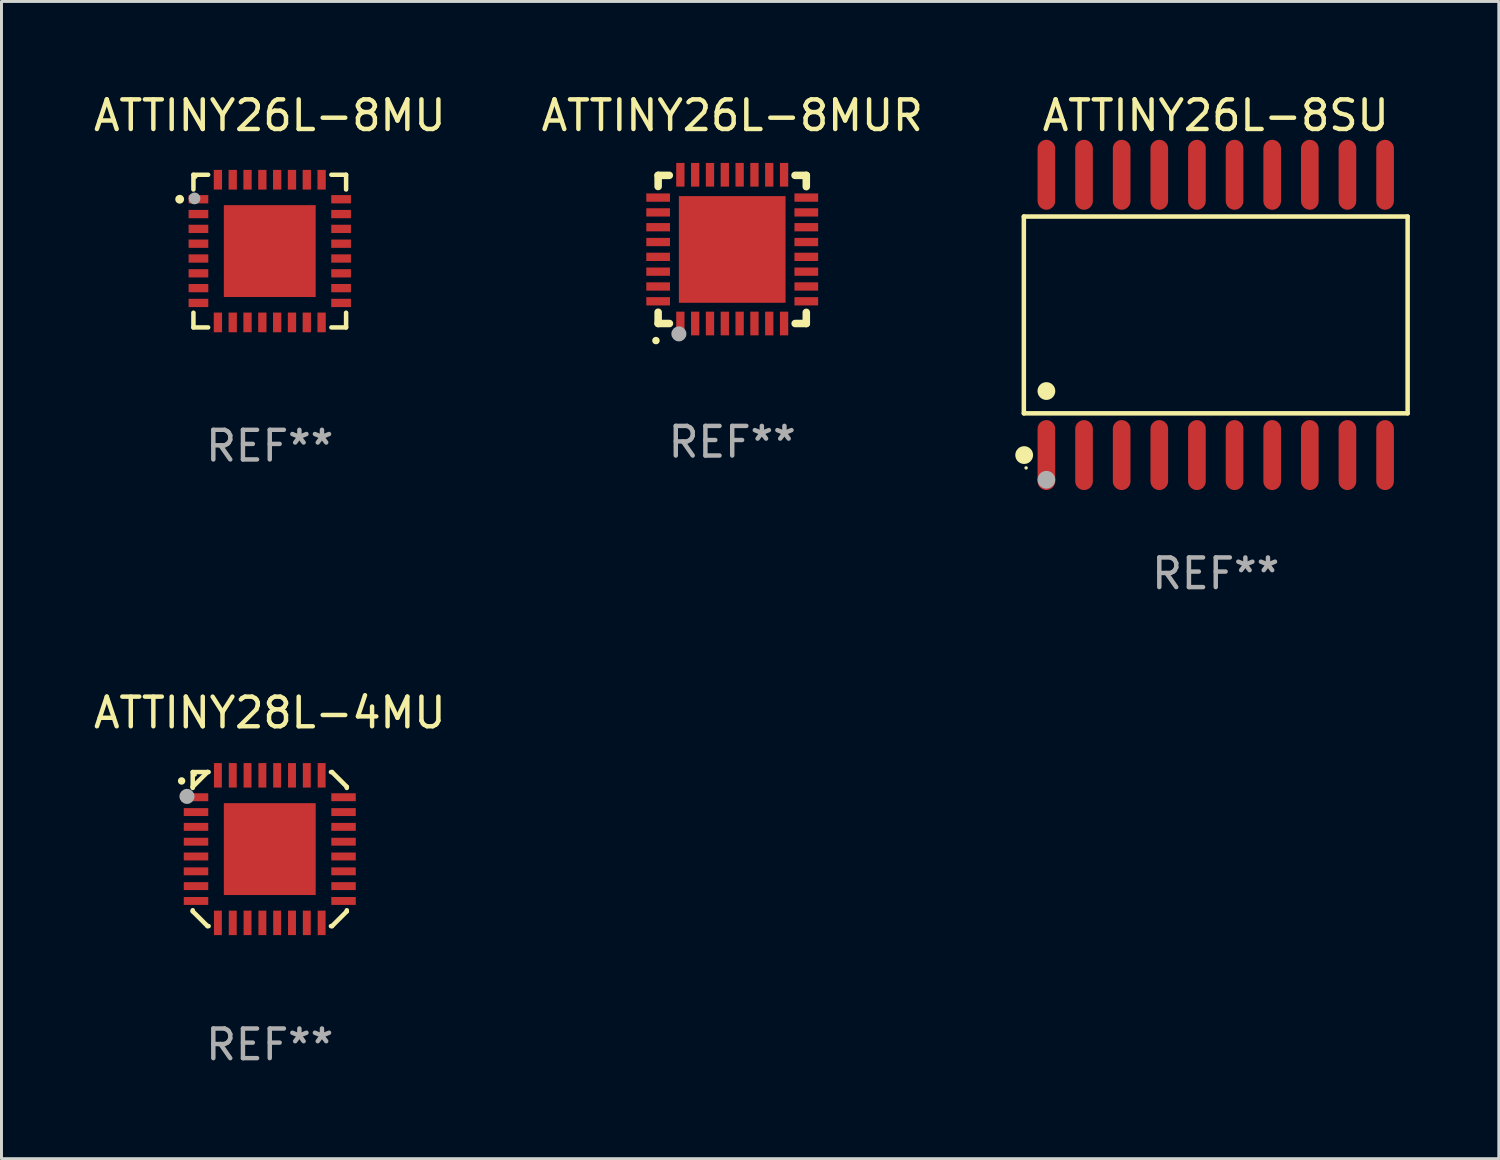
<source format=kicad_pcb>
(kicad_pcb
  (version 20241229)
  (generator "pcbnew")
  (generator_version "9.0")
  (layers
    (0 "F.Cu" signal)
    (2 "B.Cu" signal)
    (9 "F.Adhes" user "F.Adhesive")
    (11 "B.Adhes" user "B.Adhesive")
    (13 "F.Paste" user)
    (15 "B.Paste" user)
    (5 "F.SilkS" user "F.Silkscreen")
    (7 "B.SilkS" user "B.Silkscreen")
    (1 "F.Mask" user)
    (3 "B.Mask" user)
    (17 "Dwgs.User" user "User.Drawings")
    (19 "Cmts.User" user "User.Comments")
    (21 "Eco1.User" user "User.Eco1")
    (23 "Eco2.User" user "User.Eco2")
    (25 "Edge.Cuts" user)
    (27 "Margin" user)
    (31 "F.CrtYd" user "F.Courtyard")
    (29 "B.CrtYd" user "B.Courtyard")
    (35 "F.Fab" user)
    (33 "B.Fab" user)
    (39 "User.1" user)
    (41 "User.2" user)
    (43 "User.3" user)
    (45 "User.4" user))
  (footprint "ATTINY28L-4MU"
    (layer "F.Cu")
    (at 6.054 25.605)
    (property "Reference" "ATTINY28L-4MU" (at 0 -4.6 0) (layer "F.SilkS") (effects (font (size 1 1) (thickness 0.15))))
    (attr through_hole)
    (fp_line (start -2.6 -2.6) (end -2.6 -2.1) (stroke (width 0.152) (type solid)) (layer "F.SilkS"))
    (fp_line (start -2.6 -2.1) (end -2.6 -2.063) (stroke (width 0.152) (type solid)) (layer "F.SilkS"))
    (fp_line (start -2.6 2.064) (end -2.6 2.1) (stroke (width 0.152) (type solid)) (layer "F.SilkS"))
    (fp_line (start -2.6 2.1) (end -2.1 2.6) (stroke (width 0.152) (type solid)) (layer "F.SilkS"))
    (fp_line (start -2.1 -2.6) (end -2.6 -2.6) (stroke (width 0.152) (type solid)) (layer "F.SilkS"))
    (fp_line (start -2.1 -2.6) (end -2.6 -2.1) (stroke (width 0.152) (type solid)) (layer "F.SilkS"))
    (fp_line (start -2.1 2.6) (end -2.063 2.6) (stroke (width 0.152) (type solid)) (layer "F.SilkS"))
    (fp_line (start -2.063 -2.6) (end -2.1 -2.6) (stroke (width 0.152) (type solid)) (layer "F.SilkS"))
    (fp_line (start 2.064 2.6) (end 2.1 2.6) (stroke (width 0.152) (type solid)) (layer "F.SilkS"))
    (fp_line (start 2.1 -2.6) (end 2.064 -2.6) (stroke (width 0.152) (type solid)) (layer "F.SilkS"))
    (fp_line (start 2.1 2.6) (end 2.6 2.1) (stroke (width 0.152) (type solid)) (layer "F.SilkS"))
    (fp_line (start 2.6 -2.1) (end 2.1 -2.6) (stroke (width 0.152) (type solid)) (layer "F.SilkS"))
    (fp_line (start 2.6 -2.063) (end 2.6 -2.1) (stroke (width 0.152) (type solid)) (layer "F.SilkS"))
    (fp_line (start 2.6 2.1) (end 2.6 2.064) (stroke (width 0.152) (type solid)) (layer "F.SilkS"))
    (fp_arc (start -2.975057 -2.298222) (mid -2.975063 -2.299492) (end -2.975057 -2.300762) (stroke (width 0.24892) (type solid)) (layer "F.SilkS"))
    (fp_circle (center -2.519 -2.504) (end -2.489 -2.504) (stroke (width 0.06) (type solid)) (fill no) (layer "F.SilkS"))
    (fp_circle (center -2.794 -1.778) (end -2.667 -1.778) (stroke (width 0.254) (type solid)) (fill no) (layer "F.Fab"))
    (fp_text user "REF**" (at 0 6.6 0) (layer "F.Fab") (effects (font (size 1 1) (thickness 0.15))))
    (pad "1" smd rect (at -2.489 -1.75 90) (size 0.267 0.826) (layers "F.Cu" "F.Mask" "F.Paste"))
    (pad "2" smd rect (at -2.489 -1.249 90) (size 0.267 0.826) (layers "F.Cu" "F.Mask" "F.Paste"))
    (pad "3" smd rect (at -2.489 -0.75 90) (size 0.267 0.826) (layers "F.Cu" "F.Mask" "F.Paste"))
    (pad "4" smd rect (at -2.489 -0.249 90) (size 0.267 0.826) (layers "F.Cu" "F.Mask" "F.Paste"))
    (pad "5" smd rect (at -2.489 0.25 90) (size 0.267 0.826) (layers "F.Cu" "F.Mask" "F.Paste"))
    (pad "6" smd rect (at -2.489 0.751 90) (size 0.267 0.826) (layers "F.Cu" "F.Mask" "F.Paste"))
    (pad "7" smd rect (at -2.489 1.25 90) (size 0.267 0.826) (layers "F.Cu" "F.Mask" "F.Paste"))
    (pad "8" smd rect (at -2.489 1.751 90) (size 0.267 0.826) (layers "F.Cu" "F.Mask" "F.Paste"))
    (pad "9" smd rect (at -1.75 2.49) (size 0.267 0.826) (layers "F.Cu" "F.Mask" "F.Paste"))
    (pad "10" smd rect (at -1.249 2.49) (size 0.267 0.826) (layers "F.Cu" "F.Mask" "F.Paste"))
    (pad "11" smd rect (at -0.75 2.49) (size 0.267 0.826) (layers "F.Cu" "F.Mask" "F.Paste"))
    (pad "12" smd rect (at -0.249 2.49) (size 0.267 0.826) (layers "F.Cu" "F.Mask" "F.Paste"))
    (pad "13" smd rect (at 0.25 2.49) (size 0.267 0.826) (layers "F.Cu" "F.Mask" "F.Paste"))
    (pad "14" smd rect (at 0.751 2.49) (size 0.267 0.826) (layers "F.Cu" "F.Mask" "F.Paste"))
    (pad "15" smd rect (at 1.25 2.49) (size 0.267 0.826) (layers "F.Cu" "F.Mask" "F.Paste"))
    (pad "16" smd rect (at 1.751 2.49) (size 0.267 0.826) (layers "F.Cu" "F.Mask" "F.Paste"))
    (pad "17" smd rect (at 2.49 1.751 90) (size 0.267 0.826) (layers "F.Cu" "F.Mask" "F.Paste"))
    (pad "18" smd rect (at 2.49 1.25 90) (size 0.267 0.826) (layers "F.Cu" "F.Mask" "F.Paste"))
    (pad "19" smd rect (at 2.49 0.751 90) (size 0.267 0.826) (layers "F.Cu" "F.Mask" "F.Paste"))
    (pad "20" smd rect (at 2.49 0.25 90) (size 0.267 0.826) (layers "F.Cu" "F.Mask" "F.Paste"))
    (pad "21" smd rect (at 2.49 -0.249 90) (size 0.267 0.826) (layers "F.Cu" "F.Mask" "F.Paste"))
    (pad "22" smd rect (at 2.49 -0.75 90) (size 0.267 0.826) (layers "F.Cu" "F.Mask" "F.Paste"))
    (pad "23" smd rect (at 2.49 -1.249 90) (size 0.267 0.826) (layers "F.Cu" "F.Mask" "F.Paste"))
    (pad "24" smd rect (at 2.49 -1.75 90) (size 0.267 0.826) (layers "F.Cu" "F.Mask" "F.Paste"))
    (pad "25" smd rect (at 1.751 -2.489) (size 0.267 0.826) (layers "F.Cu" "F.Mask" "F.Paste"))
    (pad "26" smd rect (at 1.25 -2.489) (size 0.267 0.826) (layers "F.Cu" "F.Mask" "F.Paste"))
    (pad "27" smd rect (at 0.751 -2.489) (size 0.267 0.826) (layers "F.Cu" "F.Mask" "F.Paste"))
    (pad "28" smd rect (at 0.25 -2.489) (size 0.267 0.826) (layers "F.Cu" "F.Mask" "F.Paste"))
    (pad "29" smd rect (at -0.249 -2.489) (size 0.267 0.826) (layers "F.Cu" "F.Mask" "F.Paste"))
    (pad "30" smd rect (at -0.75 -2.489) (size 0.267 0.826) (layers "F.Cu" "F.Mask" "F.Paste"))
    (pad "31" smd rect (at -1.249 -2.489) (size 0.267 0.826) (layers "F.Cu" "F.Mask" "F.Paste"))
    (pad "32" smd rect (at -1.75 -2.489) (size 0.267 0.826) (layers "F.Cu" "F.Mask" "F.Paste"))
    (pad "33" smd rect (at 0.000483 0.000483) (size 3.1 3.1) (layers "F.Cu" "F.Mask" "F.Paste")))
  (footprint "ATTINY26L-8MU"
    (layer "F.Cu")
    (at 6.054 5.424)
    (property "Reference" "ATTINY26L-8MU" (at 0 -4.576 0) (layer "F.SilkS") (effects (font (size 1 1) (thickness 0.15))))
    (attr through_hole)
    (fp_line (start -2.576 -2.576) (end -2.576 -2.08) (stroke (width 0.152) (type solid)) (layer "F.SilkS"))
    (fp_line (start -2.576 2.576) (end -2.576 2.08) (stroke (width 0.152) (type solid)) (layer "F.SilkS"))
    (fp_line (start -2.08 -2.576) (end -2.576 -2.576) (stroke (width 0.152) (type solid)) (layer "F.SilkS"))
    (fp_line (start -2.08 2.576) (end -2.576 2.576) (stroke (width 0.152) (type solid)) (layer "F.SilkS"))
    (fp_line (start 2.08 -2.576) (end 2.576 -2.576) (stroke (width 0.152) (type solid)) (layer "F.SilkS"))
    (fp_line (start 2.08 2.576) (end 2.576 2.576) (stroke (width 0.152) (type solid)) (layer "F.SilkS"))
    (fp_line (start 2.576 -2.576) (end 2.576 -2.08) (stroke (width 0.152) (type solid)) (layer "F.SilkS"))
    (fp_line (start 2.576 2.576) (end 2.576 2.08) (stroke (width 0.152) (type solid)) (layer "F.SilkS"))
    (fp_circle (center -3.04 -1.75) (end -2.965 -1.75) (stroke (width 0.15) (type solid)) (fill no) (layer "F.SilkS"))
    (fp_circle (center -2.5 -2.5) (end -2.47 -2.5) (stroke (width 0.06) (type solid)) (fill no) (layer "F.SilkS"))
    (fp_circle (center -2.54 -1.778) (end -2.44 -1.778) (stroke (width 0.2) (type solid)) (fill no) (layer "F.Fab"))
    (fp_text user "REF**" (at 0 6.576 0) (layer "F.Fab") (effects (font (size 1 1) (thickness 0.15))))
    (pad "1" smd rect (at -2.407 -1.75) (size 0.665 0.28) (layers "F.Cu" "F.Mask" "F.Paste"))
    (pad "2" smd rect (at -2.407 -1.25) (size 0.665 0.28) (layers "F.Cu" "F.Mask" "F.Paste"))
    (pad "3" smd rect (at -2.407 -0.75) (size 0.665 0.28) (layers "F.Cu" "F.Mask" "F.Paste"))
    (pad "4" smd rect (at -2.407 -0.25) (size 0.665 0.28) (layers "F.Cu" "F.Mask" "F.Paste"))
    (pad "5" smd rect (at -2.407 0.25) (size 0.665 0.28) (layers "F.Cu" "F.Mask" "F.Paste"))
    (pad "6" smd rect (at -2.407 0.75) (size 0.665 0.28) (layers "F.Cu" "F.Mask" "F.Paste"))
    (pad "7" smd rect (at -2.407 1.25) (size 0.665 0.28) (layers "F.Cu" "F.Mask" "F.Paste"))
    (pad "8" smd rect (at -2.407 1.75) (size 0.665 0.28) (layers "F.Cu" "F.Mask" "F.Paste"))
    (pad "9" smd rect (at -1.75 2.407) (size 0.28 0.665) (layers "F.Cu" "F.Mask" "F.Paste"))
    (pad "10" smd rect (at -1.25 2.407) (size 0.28 0.665) (layers "F.Cu" "F.Mask" "F.Paste"))
    (pad "11" smd rect (at -0.75 2.407) (size 0.28 0.665) (layers "F.Cu" "F.Mask" "F.Paste"))
    (pad "12" smd rect (at -0.25 2.407) (size 0.28 0.665) (layers "F.Cu" "F.Mask" "F.Paste"))
    (pad "13" smd rect (at 0.25 2.407) (size 0.28 0.665) (layers "F.Cu" "F.Mask" "F.Paste"))
    (pad "14" smd rect (at 0.75 2.407) (size 0.28 0.665) (layers "F.Cu" "F.Mask" "F.Paste"))
    (pad "15" smd rect (at 1.25 2.407) (size 0.28 0.665) (layers "F.Cu" "F.Mask" "F.Paste"))
    (pad "16" smd rect (at 1.75 2.407) (size 0.28 0.665) (layers "F.Cu" "F.Mask" "F.Paste"))
    (pad "17" smd rect (at 2.407 1.75) (size 0.665 0.28) (layers "F.Cu" "F.Mask" "F.Paste"))
    (pad "18" smd rect (at 2.407 1.25) (size 0.665 0.28) (layers "F.Cu" "F.Mask" "F.Paste"))
    (pad "19" smd rect (at 2.407 0.75) (size 0.665 0.28) (layers "F.Cu" "F.Mask" "F.Paste"))
    (pad "20" smd rect (at 2.407 0.25) (size 0.665 0.28) (layers "F.Cu" "F.Mask" "F.Paste"))
    (pad "21" smd rect (at 2.407 -0.25) (size 0.665 0.28) (layers "F.Cu" "F.Mask" "F.Paste"))
    (pad "22" smd rect (at 2.407 -0.75) (size 0.665 0.28) (layers "F.Cu" "F.Mask" "F.Paste"))
    (pad "23" smd rect (at 2.407 -1.25) (size 0.665 0.28) (layers "F.Cu" "F.Mask" "F.Paste"))
    (pad "24" smd rect (at 2.407 -1.75) (size 0.665 0.28) (layers "F.Cu" "F.Mask" "F.Paste"))
    (pad "25" smd rect (at 1.75 -2.408) (size 0.28 0.665) (layers "F.Cu" "F.Mask" "F.Paste"))
    (pad "26" smd rect (at 1.25 -2.408) (size 0.28 0.665) (layers "F.Cu" "F.Mask" "F.Paste"))
    (pad "27" smd rect (at 0.75 -2.408) (size 0.28 0.665) (layers "F.Cu" "F.Mask" "F.Paste"))
    (pad "28" smd rect (at 0.25 -2.408) (size 0.28 0.665) (layers "F.Cu" "F.Mask" "F.Paste"))
    (pad "29" smd rect (at -0.25 -2.408) (size 0.28 0.665) (layers "F.Cu" "F.Mask" "F.Paste"))
    (pad "30" smd rect (at -0.75 -2.408) (size 0.28 0.665) (layers "F.Cu" "F.Mask" "F.Paste"))
    (pad "31" smd rect (at -1.25 -2.408) (size 0.28 0.665) (layers "F.Cu" "F.Mask" "F.Paste"))
    (pad "32" smd rect (at -1.75 -2.408) (size 0.28 0.665) (layers "F.Cu" "F.Mask" "F.Paste"))
    (pad "33" smd rect (at -0.000076 -0.000102) (size 3.1 3.1) (layers "F.Cu" "F.Mask" "F.Paste")))
  (footprint "ATTINY26L-8MUR"
    (layer "F.Cu")
    (at 21.661 5.358)
    (property "Reference" "ATTINY26L-8MUR" (at 0 -4.51 0) (layer "F.SilkS") (effects (font (size 1 1) (thickness 0.15))))
    (attr through_hole)
    (fp_line (start -2.5 -2.49) (end -2.124 -2.49) (stroke (width 0.254) (type solid)) (layer "F.SilkS"))
    (fp_line (start -2.5 -2.114) (end -2.5 -2.49) (stroke (width 0.254) (type solid)) (layer "F.SilkS"))
    (fp_line (start -2.5 2.51) (end -2.5 2.129) (stroke (width 0.254) (type solid)) (layer "F.SilkS"))
    (fp_line (start -2.5 2.51) (end -2.119 2.51) (stroke (width 0.254) (type solid)) (layer "F.SilkS"))
    (fp_line (start 2.119 -2.49) (end 2.5 -2.49) (stroke (width 0.254) (type solid)) (layer "F.SilkS"))
    (fp_line (start 2.124 2.51) (end 2.5 2.51) (stroke (width 0.254) (type solid)) (layer "F.SilkS"))
    (fp_line (start 2.5 -2.49) (end 2.5 -2.109) (stroke (width 0.254) (type solid)) (layer "F.SilkS"))
    (fp_line (start 2.5 2.134) (end 2.5 2.51) (stroke (width 0.254) (type solid)) (layer "F.SilkS"))
    (fp_arc (start -2.57554 3.086005) (mid -2.57427 3.085999) (end -2.573 3.086005) (stroke (width 0.25) (type solid)) (layer "F.SilkS"))
    (fp_circle (center -2.5 2.5) (end -2.45 2.5) (stroke (width 0.1) (type solid)) (fill no) (layer "F.SilkS"))
    (fp_circle (center -1.8 2.86) (end -1.673 2.86) (stroke (width 0.254) (type solid)) (fill no) (layer "F.Fab"))
    (fp_text user "REF**" (at 0 6.51 0) (layer "F.Fab") (effects (font (size 1 1) (thickness 0.15))))
    (pad "1" smd rect (at -1.75 2.51) (size 0.28 0.8) (layers "F.Cu" "F.Mask" "F.Paste"))
    (pad "2" smd rect (at -1.25 2.51) (size 0.28 0.8) (layers "F.Cu" "F.Mask" "F.Paste"))
    (pad "3" smd rect (at -0.75 2.51) (size 0.28 0.8) (layers "F.Cu" "F.Mask" "F.Paste"))
    (pad "4" smd rect (at -0.25 2.51) (size 0.28 0.8) (layers "F.Cu" "F.Mask" "F.Paste"))
    (pad "5" smd rect (at 0.25 2.51) (size 0.28 0.8) (layers "F.Cu" "F.Mask" "F.Paste"))
    (pad "6" smd rect (at 0.75 2.51) (size 0.28 0.8) (layers "F.Cu" "F.Mask" "F.Paste"))
    (pad "7" smd rect (at 1.25 2.51) (size 0.28 0.8) (layers "F.Cu" "F.Mask" "F.Paste"))
    (pad "8" smd rect (at 1.75 2.51) (size 0.28 0.8) (layers "F.Cu" "F.Mask" "F.Paste"))
    (pad "9" smd rect (at 2.5 1.76) (size 0.8 0.28) (layers "F.Cu" "F.Mask" "F.Paste"))
    (pad "10" smd rect (at 2.5 1.26) (size 0.8 0.28) (layers "F.Cu" "F.Mask" "F.Paste"))
    (pad "11" smd rect (at 2.5 0.76) (size 0.8 0.28) (layers "F.Cu" "F.Mask" "F.Paste"))
    (pad "12" smd rect (at 2.5 0.26) (size 0.8 0.28) (layers "F.Cu" "F.Mask" "F.Paste"))
    (pad "13" smd rect (at 2.5 -0.24) (size 0.8 0.28) (layers "F.Cu" "F.Mask" "F.Paste"))
    (pad "14" smd rect (at 2.5 -0.74) (size 0.8 0.28) (layers "F.Cu" "F.Mask" "F.Paste"))
    (pad "15" smd rect (at 2.5 -1.24) (size 0.8 0.28) (layers "F.Cu" "F.Mask" "F.Paste"))
    (pad "16" smd rect (at 2.5 -1.74) (size 0.8 0.28) (layers "F.Cu" "F.Mask" "F.Paste"))
    (pad "17" smd rect (at 1.75 -2.51) (size 0.28 0.8) (layers "F.Cu" "F.Mask" "F.Paste"))
    (pad "18" smd rect (at 1.25 -2.51) (size 0.28 0.8) (layers "F.Cu" "F.Mask" "F.Paste"))
    (pad "19" smd rect (at 0.75 -2.51) (size 0.28 0.8) (layers "F.Cu" "F.Mask" "F.Paste"))
    (pad "20" smd rect (at 0.25 -2.51) (size 0.28 0.8) (layers "F.Cu" "F.Mask" "F.Paste"))
    (pad "21" smd rect (at -0.25 -2.51) (size 0.28 0.8) (layers "F.Cu" "F.Mask" "F.Paste"))
    (pad "22" smd rect (at -0.75 -2.51) (size 0.28 0.8) (layers "F.Cu" "F.Mask" "F.Paste"))
    (pad "23" smd rect (at -1.25 -2.51) (size 0.28 0.8) (layers "F.Cu" "F.Mask" "F.Paste"))
    (pad "24" smd rect (at -1.75 -2.51) (size 0.28 0.8) (layers "F.Cu" "F.Mask" "F.Paste"))
    (pad "25" smd rect (at -2.5 -1.74) (size 0.8 0.28) (layers "F.Cu" "F.Mask" "F.Paste"))
    (pad "26" smd rect (at -2.5 -1.24) (size 0.8 0.28) (layers "F.Cu" "F.Mask" "F.Paste"))
    (pad "27" smd rect (at -2.5 -0.74) (size 0.8 0.28) (layers "F.Cu" "F.Mask" "F.Paste"))
    (pad "28" smd rect (at -2.5 -0.24) (size 0.8 0.28) (layers "F.Cu" "F.Mask" "F.Paste"))
    (pad "29" smd rect (at -2.5 0.26) (size 0.8 0.28) (layers "F.Cu" "F.Mask" "F.Paste"))
    (pad "30" smd rect (at -2.5 0.76) (size 0.8 0.28) (layers "F.Cu" "F.Mask" "F.Paste"))
    (pad "31" smd rect (at -2.5 1.26) (size 0.8 0.28) (layers "F.Cu" "F.Mask" "F.Paste"))
    (pad "32" smd rect (at -2.5 1.76) (size 0.8 0.28) (layers "F.Cu" "F.Mask" "F.Paste"))
    (pad "33" smd rect (at 0.000102 0.01) (size 3.6 3.6) (layers "F.Cu" "F.Mask" "F.Paste")))
  (footprint "ATTINY26L-8SU"
    (layer "F.Cu")
    (at 37.979 7.578)
    (property "Reference" "ATTINY26L-8SU" (at 0 -6.73 0) (layer "F.SilkS") (effects (font (size 1 1) (thickness 0.15))))
    (attr through_hole)
    (fp_line (start -6.476 -3.321) (end 6.476 -3.321) (stroke (width 0.152) (type solid)) (layer "F.SilkS"))
    (fp_line (start -6.476 3.321) (end -6.476 -3.321) (stroke (width 0.152) (type solid)) (layer "F.SilkS"))
    (fp_line (start 6.476 -3.321) (end 6.476 3.321) (stroke (width 0.152) (type solid)) (layer "F.SilkS"))
    (fp_line (start 6.476 3.321) (end -6.476 3.321) (stroke (width 0.152) (type solid)) (layer "F.SilkS"))
    (fp_circle (center -6.465 4.73) (end -6.315 4.73) (stroke (width 0.3) (type solid)) (fill no) (layer "F.SilkS"))
    (fp_circle (center -6.4 5.163) (end -6.37 5.163) (stroke (width 0.06) (type solid)) (fill no) (layer "F.SilkS"))
    (fp_circle (center -5.715 2.569) (end -5.565 2.569) (stroke (width 0.3) (type solid)) (fill no) (layer "F.SilkS"))
    (fp_circle (center -5.715 5.563) (end -5.565 5.563) (stroke (width 0.3) (type solid)) (fill no) (layer "F.Fab"))
    (fp_text user "REF**" (at 0 8.73 0) (layer "F.Fab") (effects (font (size 1 1) (thickness 0.15))))
    (pad "1" smd oval (at -5.715 4.73) (size 0.595 2.36) (layers "F.Cu" "F.Mask" "F.Paste"))
    (pad "2" smd oval (at -4.445 4.73) (size 0.595 2.36) (layers "F.Cu" "F.Mask" "F.Paste"))
    (pad "3" smd oval (at -3.175 4.73) (size 0.595 2.36) (layers "F.Cu" "F.Mask" "F.Paste"))
    (pad "4" smd oval (at -1.905 4.73) (size 0.595 2.36) (layers "F.Cu" "F.Mask" "F.Paste"))
    (pad "5" smd oval (at -0.635 4.73) (size 0.595 2.36) (layers "F.Cu" "F.Mask" "F.Paste"))
    (pad "6" smd oval (at 0.635 4.73) (size 0.595 2.36) (layers "F.Cu" "F.Mask" "F.Paste"))
    (pad "7" smd oval (at 1.905 4.73) (size 0.595 2.36) (layers "F.Cu" "F.Mask" "F.Paste"))
    (pad "8" smd oval (at 3.175 4.73) (size 0.595 2.36) (layers "F.Cu" "F.Mask" "F.Paste"))
    (pad "9" smd oval (at 4.445 4.73) (size 0.595 2.36) (layers "F.Cu" "F.Mask" "F.Paste"))
    (pad "10" smd oval (at 5.715 4.73) (size 0.595 2.36) (layers "F.Cu" "F.Mask" "F.Paste"))
    (pad "11" smd oval (at 5.715 -4.73) (size 0.595 2.36) (layers "F.Cu" "F.Mask" "F.Paste"))
    (pad "12" smd oval (at 4.445 -4.73) (size 0.595 2.36) (layers "F.Cu" "F.Mask" "F.Paste"))
    (pad "13" smd oval (at 3.175 -4.73) (size 0.595 2.36) (layers "F.Cu" "F.Mask" "F.Paste"))
    (pad "14" smd oval (at 1.905 -4.73) (size 0.595 2.36) (layers "F.Cu" "F.Mask" "F.Paste"))
    (pad "15" smd oval (at 0.635 -4.73) (size 0.595 2.36) (layers "F.Cu" "F.Mask" "F.Paste"))
    (pad "16" smd oval (at -0.635 -4.73) (size 0.595 2.36) (layers "F.Cu" "F.Mask" "F.Paste"))
    (pad "17" smd oval (at -1.905 -4.73) (size 0.595 2.36) (layers "F.Cu" "F.Mask" "F.Paste"))
    (pad "18" smd oval (at -3.175 -4.73) (size 0.595 2.36) (layers "F.Cu" "F.Mask" "F.Paste"))
    (pad "19" smd oval (at -4.445 -4.73) (size 0.595 2.36) (layers "F.Cu" "F.Mask" "F.Paste"))
    (pad "20" smd oval (at -5.715 -4.73) (size 0.595 2.36) (layers "F.Cu" "F.Mask" "F.Paste")))
  (gr_rect
    (start -3 -3)
    (end 47.532 36.054)
    (stroke (width 0.1) (type default))
    (fill no)
    (layer "Edge.Cuts")))
</source>
